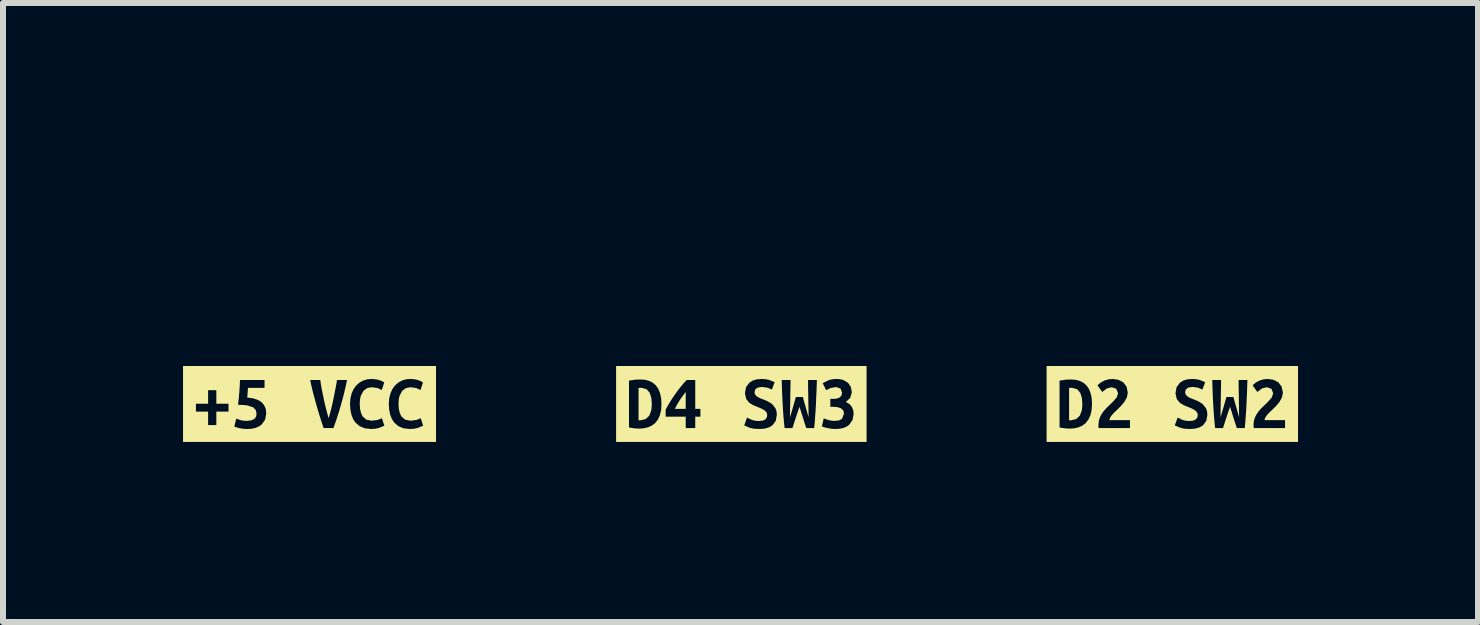
<source format=kicad_pcb>
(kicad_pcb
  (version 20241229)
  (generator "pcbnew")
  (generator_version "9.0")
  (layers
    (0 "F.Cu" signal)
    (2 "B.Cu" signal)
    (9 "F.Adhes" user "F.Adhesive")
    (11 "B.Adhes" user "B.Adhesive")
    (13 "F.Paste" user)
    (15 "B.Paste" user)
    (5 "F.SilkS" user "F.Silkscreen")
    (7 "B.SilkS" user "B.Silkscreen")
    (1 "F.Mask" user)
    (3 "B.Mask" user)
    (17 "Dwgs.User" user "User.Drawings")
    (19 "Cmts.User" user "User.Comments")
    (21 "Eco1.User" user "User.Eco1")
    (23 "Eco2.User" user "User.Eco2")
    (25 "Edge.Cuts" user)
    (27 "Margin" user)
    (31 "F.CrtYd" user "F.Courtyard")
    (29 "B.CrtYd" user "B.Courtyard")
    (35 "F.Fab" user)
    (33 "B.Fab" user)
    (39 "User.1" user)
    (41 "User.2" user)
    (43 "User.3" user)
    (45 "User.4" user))
  (footprint "kibuzzard-681CE6E0"
    (layer "F.Cu")
    (at 2.108 3.682)
    (property "Reference" "kibuzzard-681CE6E0" (at 0 -3.681 0) (layer "F.SilkS") (effects (font (size 0.001 0.001) (thickness 0.15))))
    (attr board_only exclude_from_pos_files exclude_from_bom)
    (fp_poly (pts (xy -1.893 -0.633) (xy -2.108 -0.633) (xy -2.108 0.633) (xy -1.893 0.633) (xy -1.553 0.633) (xy -1.553 0.352) (xy -1.69 0.352) (xy -1.69 0.127) (xy -1.893 0.127) (xy -1.893 -0.004) (xy -1.69 -0.004) (xy -1.69 -0.229) (xy -1.553 -0.229) (xy -1.553 -0.004) (xy -1.35 -0.004) (xy -1.35 0.127) (xy -1.553 0.127) (xy -1.553 0.352) (xy -1.553 0.633) (xy -1.037 0.633) (xy -1.037 0.417) (xy -1.1 0.414) (xy -1.163 0.404) (xy -1.216 0.39) (xy -1.253 0.376) (xy -1.221 0.244) (xy -1.148 0.27) (xy -1.099 0.279) (xy -1.038 0.282) (xy -0.962 0.271) (xy -0.914 0.245) (xy -0.89 0.208) (xy -0.883 0.165) (xy -0.894 0.104) (xy -0.938 0.056) (xy -1.032 0.025) (xy -1.102 0.017) (xy -1.191 0.014) (xy -1.179 -0.093) (xy -1.17 -0.198) (xy -1.163 -0.301) (xy -1.159 -0.399) (xy -0.75 -0.399) (xy -0.75 -0.268) (xy -1.026 -0.268) (xy -1.032 -0.181) (xy -1.038 -0.107) (xy -0.941 -0.094) (xy -0.861 -0.068) (xy -0.799 -0.03) (xy -0.756 0.021) (xy -0.729 0.084) (xy -0.721 0.159) (xy -0.74 0.262) (xy -0.799 0.344) (xy -0.844 0.375) (xy -0.899 0.398) (xy -0.963 0.413) (xy -1.037 0.417) (xy -1.037 0.633) (xy 0.235 0.633) (xy 0.235 0.401) (xy 0.203 0.306) (xy 0.169 0.199) (xy 0.146 0.124) (xy 0.124 0.049) (xy 0.103 -0.025) (xy 0.083 -0.098) (xy 0.064 -0.169) (xy 0.047 -0.237) (xy 0.026 -0.327) (xy 0.011 -0.399) (xy 0.179 -0.399) (xy 0.189 -0.332) (xy 0.202 -0.255) (xy 0.219 -0.172) (xy 0.237 -0.086) (xy 0.256 0.001) (xy 0.277 0.086) (xy 0.298 0.166) (xy 0.319 0.238) (xy 0.339 0.167) (xy 0.36 0.087) (xy 0.38 0.002) (xy 0.399 -0.085) (xy 0.416 -0.171) (xy 0.432 -0.255) (xy 0.447 -0.332) (xy 0.458 -0.399) (xy 0.625 -0.399) (xy 0.608 -0.317) (xy 0.587 -0.226) (xy 0.563 -0.128) (xy 0.535 -0.025) (xy 0.515 0.045) (xy 0.494 0.117) (xy 0.471 0.189) (xy 0.448 0.261) (xy 0.423 0.332) (xy 0.399 0.401) (xy 0.235 0.401) (xy 0.235 0.633) (xy 1.023 0.633) (xy 1.023 0.417) (xy 0.919 0.405) (xy 0.833 0.369) (xy 0.764 0.309) (xy 0.725 0.249) (xy 0.698 0.177) (xy 0.681 0.094) (xy 0.675 0) (xy 0.682 -0.094) (xy 0.702 -0.177) (xy 0.735 -0.249) (xy 0.778 -0.308) (xy 0.831 -0.355) (xy 0.893 -0.39) (xy 0.963 -0.411) (xy 1.038 -0.417) (xy 1.115 -0.41) (xy 1.175 -0.394) (xy 1.219 -0.375) (xy 1.245 -0.359) (xy 1.204 -0.233) (xy 1.132 -0.266) (xy 1.036 -0.279) (xy 0.963 -0.266) (xy 0.9 -0.22) (xy 0.854 -0.136) (xy 0.841 -0.076) (xy 0.837 -0.004) (xy 0.842 0.08) (xy 0.858 0.15) (xy 0.884 0.206) (xy 0.946 0.261) (xy 1.038 0.279) (xy 1.141 0.265) (xy 1.206 0.237) (xy 1.247 0.362) (xy 1.155 0.4) (xy 1.094 0.413) (xy 1.023 0.417) (xy 1.023 0.633) (xy 1.669 0.633) (xy 1.669 0.417) (xy 1.565 0.405) (xy 1.479 0.369) (xy 1.411 0.309) (xy 1.372 0.249) (xy 1.344 0.177) (xy 1.327 0.094) (xy 1.321 0) (xy 1.328 -0.094) (xy 1.349 -0.177) (xy 1.381 -0.249) (xy 1.424 -0.308) (xy 1.477 -0.355) (xy 1.539 -0.39) (xy 1.609 -0.411) (xy 1.685 -0.417) (xy 1.762 -0.41) (xy 1.822 -0.394) (xy 1.865 -0.375) (xy 1.891 -0.359) (xy 1.85 -0.233) (xy 1.778 -0.266) (xy 1.682 -0.279) (xy 1.609 -0.266) (xy 1.546 -0.22) (xy 1.5 -0.136) (xy 1.487 -0.076) (xy 1.483 -0.004) (xy 1.488 0.08) (xy 1.504 0.15) (xy 1.53 0.206) (xy 1.592 0.261) (xy 1.685 0.279) (xy 1.787 0.265) (xy 1.853 0.237) (xy 1.893 0.362) (xy 1.802 0.4) (xy 1.74 0.413) (xy 1.669 0.417) (xy 1.669 0.633) (xy 1.893 0.633) (xy 2.108 0.633) (xy 2.108 -0.633) (xy 1.893 -0.633) (xy -1.893 -0.633)) (stroke (width 0) (type solid)) (fill yes) (layer "F.SilkS")))
  (footprint "kibuzzard-681CE6FF"
    (layer "F.Cu")
    (at 9.304 3.682)
    (property "Reference" "kibuzzard-681CE6FF" (at 0 -3.681 0) (layer "F.SilkS") (effects (font (size 0.001 0.001) (thickness 0.15))))
    (attr board_only exclude_from_pos_files exclude_from_bom)
    (fp_poly (pts (xy -0.927 -0.2) (xy -0.975 -0.137) (xy -1.024 -0.067) (xy -1.069 0.008) (xy -1.108 0.081) (xy -0.927 0.081) (xy -0.927 -0.2)) (stroke (width 0) (type solid)) (fill yes) (layer "F.SilkS"))
    (fp_poly (pts (xy -1.713 0.271) (xy -1.699 0.273) (xy -1.685 0.273) (xy -1.594 0.252) (xy -1.534 0.195) (xy -1.502 0.109) (xy -1.495 0.057) (xy -1.492 0) (xy -1.5 -0.101) (xy -1.527 -0.187) (xy -1.58 -0.247) (xy -1.667 -0.27) (xy -1.69 -0.269) (xy -1.713 -0.266) (xy -1.713 0.271)) (stroke (width 0) (type solid)) (fill yes) (layer "F.SilkS"))
    (fp_poly (pts (xy -1.872 -0.633) (xy -2.087 -0.633) (xy -2.087 0.633) (xy -1.872 0.633) (xy -1.701 0.633) (xy -1.701 0.411) (xy -1.785 0.406) (xy -1.872 0.392) (xy -1.872 -0.389) (xy -1.77 -0.405) (xy -1.681 -0.408) (xy -1.605 -0.403) (xy -1.537 -0.385) (xy -1.476 -0.355) (xy -1.426 -0.312) (xy -1.386 -0.256) (xy -1.356 -0.185) (xy -1.337 -0.101) (xy -1.331 0) (xy -1.337 0.103) (xy -1.358 0.189) (xy -1.391 0.26) (xy -1.435 0.317) (xy -1.489 0.359) (xy -1.552 0.388) (xy -1.623 0.405) (xy -1.701 0.411) (xy -1.701 0.633) (xy -0.768 0.633) (xy -0.768 0.401) (xy -0.927 0.401) (xy -0.927 0.212) (xy -1.261 0.212) (xy -1.261 0.096) (xy -1.233 0.042) (xy -1.197 -0.019) (xy -1.157 -0.084) (xy -1.112 -0.15) (xy -1.064 -0.217) (xy -1.014 -0.282) (xy -0.962 -0.344) (xy -0.911 -0.399) (xy -0.768 -0.399) (xy -0.768 0.081) (xy -0.682 0.081) (xy -0.682 0.212) (xy -0.768 0.212) (xy -0.768 0.401) (xy -0.768 0.633) (xy 0.297 0.633) (xy 0.297 0.417) (xy 0.207 0.412) (xy 0.138 0.396) (xy 0.048 0.357) (xy 0.095 0.227) (xy 0.178 0.266) (xy 0.232 0.28) (xy 0.297 0.284) (xy 0.363 0.276) (xy 0.405 0.253) (xy 0.426 0.219) (xy 0.432 0.181) (xy 0.418 0.137) (xy 0.382 0.103) (xy 0.333 0.076) (xy 0.279 0.053) (xy 0.204 0.023) (xy 0.133 -0.019) (xy 0.081 -0.083) (xy 0.06 -0.178) (xy 0.078 -0.279) (xy 0.133 -0.354) (xy 0.188 -0.389) (xy 0.255 -0.41) (xy 0.334 -0.417) (xy 0.403 -0.413) (xy 0.463 -0.401) (xy 0.555 -0.363) (xy 0.509 -0.24) (xy 0.437 -0.271) (xy 0.346 -0.284) (xy 0.275 -0.274) (xy 0.233 -0.244) (xy 0.219 -0.193) (xy 0.232 -0.152) (xy 0.265 -0.121) (xy 0.31 -0.097) (xy 0.36 -0.078) (xy 0.438 -0.046) (xy 0.513 0.001) (xy 0.569 0.073) (xy 0.586 0.122) (xy 0.591 0.182) (xy 0.573 0.282) (xy 0.518 0.356) (xy 0.461 0.39) (xy 0.387 0.411) (xy 0.297 0.417) (xy 0.297 0.633) (xy 1.214 0.633) (xy 1.214 0.401) (xy 1.082 0.401) (xy 1.054 0.316) (xy 1.026 0.226) (xy 0.997 0.134) (xy 0.969 0.047) (xy 0.94 0.132) (xy 0.909 0.224) (xy 0.879 0.316) (xy 0.852 0.401) (xy 0.721 0.401) (xy 0.711 0.309) (xy 0.702 0.211) (xy 0.695 0.111) (xy 0.689 0.008) (xy 0.684 -0.095) (xy 0.679 -0.198) (xy 0.676 -0.301) (xy 0.673 -0.399) (xy 0.82 -0.399) (xy 0.819 -0.322) (xy 0.817 -0.242) (xy 0.816 -0.16) (xy 0.815 -0.079) (xy 0.814 0.000323) (xy 0.812 0.078) (xy 0.811 0.153) (xy 0.811 0.222) (xy 0.837 0.132) (xy 0.866 0.035) (xy 0.891 -0.053) (xy 0.909 -0.116) (xy 1.026 -0.116) (xy 1.041 -0.056) (xy 1.064 0.025) (xy 1.091 0.119) (xy 1.12 0.222) (xy 1.12 0.153) (xy 1.119 0.078) (xy 1.117 0.000485) (xy 1.116 -0.079) (xy 1.115 -0.159) (xy 1.113 -0.241) (xy 1.112 -0.322) (xy 1.112 -0.399) (xy 1.259 -0.399) (xy 1.256 -0.3) (xy 1.252 -0.197) (xy 1.247 -0.093) (xy 1.243 0.01) (xy 1.237 0.112) (xy 1.23 0.212) (xy 1.223 0.309) (xy 1.214 0.401) (xy 1.214 0.633) (xy 1.564 0.633) (xy 1.564 0.417) (xy 1.502 0.413) (xy 1.438 0.402) (xy 1.382 0.388) (xy 1.342 0.374) (xy 1.373 0.24) (xy 1.45 0.268) (xy 1.502 0.278) (xy 1.563 0.282) (xy 1.632 0.273) (xy 1.678 0.247) (xy 1.711 0.16) (xy 1.698 0.106) (xy 1.66 0.072) (xy 1.603 0.053) (xy 1.532 0.047) (xy 1.483 0.047) (xy 1.483 -0.085) (xy 1.542 -0.085) (xy 1.592 -0.09) (xy 1.636 -0.107) (xy 1.667 -0.138) (xy 1.679 -0.187) (xy 1.653 -0.257) (xy 1.58 -0.282) (xy 1.49 -0.267) (xy 1.413 -0.23) (xy 1.356 -0.346) (xy 1.449 -0.394) (xy 1.51 -0.411) (xy 1.579 -0.417) (xy 1.642 -0.413) (xy 1.696 -0.401) (xy 1.778 -0.353) (xy 1.826 -0.282) (xy 1.841 -0.193) (xy 1.814 -0.101) (xy 1.742 -0.034) (xy 1.797 -0.002) (xy 1.838 0.043) (xy 1.863 0.098) (xy 1.872 0.163) (xy 1.854 0.265) (xy 1.798 0.346) (xy 1.756 0.376) (xy 1.703 0.399) (xy 1.639 0.413) (xy 1.564 0.417) (xy 1.564 0.633) (xy 1.872 0.633) (xy 2.087 0.633) (xy 2.087 -0.633) (xy 1.872 -0.633) (xy -1.872 -0.633)) (stroke (width 0) (type solid)) (fill yes) (layer "F.SilkS")))
  (footprint "kibuzzard-681CE70B"
    (layer "F.Cu")
    (at 16.486 3.682)
    (property "Reference" "kibuzzard-681CE70B" (at 0 -3.681 0) (layer "F.SilkS") (effects (font (size 0.001 0.001) (thickness 0.15))))
    (attr board_only exclude_from_pos_files exclude_from_bom)
    (fp_poly (pts (xy -1.72 0.271) (xy -1.706 0.273) (xy -1.692 0.273) (xy -1.601 0.252) (xy -1.541 0.195) (xy -1.509 0.109) (xy -1.502 0.057) (xy -1.499 0) (xy -1.507 -0.101) (xy -1.534 -0.187) (xy -1.587 -0.247) (xy -1.674 -0.27) (xy -1.697 -0.269) (xy -1.72 -0.266) (xy -1.72 0.271)) (stroke (width 0) (type solid)) (fill yes) (layer "F.SilkS"))
    (fp_poly (pts (xy -1.879 -0.633) (xy -2.095 -0.633) (xy -2.095 0.633) (xy -1.879 0.633) (xy -1.709 0.633) (xy -1.709 0.411) (xy -1.792 0.406) (xy -1.879 0.392) (xy -1.879 -0.389) (xy -1.777 -0.405) (xy -1.688 -0.408) (xy -1.612 -0.403) (xy -1.544 -0.385) (xy -1.484 -0.355) (xy -1.433 -0.312) (xy -1.393 -0.256) (xy -1.363 -0.185) (xy -1.344 -0.101) (xy -1.338 0) (xy -1.345 0.103) (xy -1.365 0.189) (xy -1.399 0.26) (xy -1.442 0.317) (xy -1.496 0.359) (xy -1.559 0.388) (xy -1.631 0.405) (xy -1.709 0.411) (xy -1.709 0.633) (xy -0.706 0.633) (xy -0.706 0.401) (xy -1.228 0.401) (xy -1.231 0.368) (xy -1.23 0.341) (xy -1.224 0.279) (xy -1.206 0.222) (xy -1.179 0.17) (xy -1.146 0.122) (xy -1.108 0.078) (xy -1.067 0.037) (xy -1.026 -0.002) (xy -0.988 -0.039) (xy -0.927 -0.109) (xy -0.903 -0.177) (xy -0.933 -0.253) (xy -1.008 -0.279) (xy -1.087 -0.261) (xy -1.168 -0.2) (xy -1.247 -0.311) (xy -1.191 -0.359) (xy -1.128 -0.392) (xy -1.06 -0.411) (xy -0.993 -0.417) (xy -0.898 -0.403) (xy -0.818 -0.361) (xy -0.763 -0.289) (xy -0.742 -0.189) (xy -0.757 -0.109) (xy -0.799 -0.035) (xy -0.857 0.035) (xy -0.923 0.1) (xy -0.962 0.136) (xy -1.003 0.18) (xy -1.036 0.226) (xy -1.049 0.269) (xy -0.706 0.269) (xy -0.706 0.401) (xy -0.706 0.633) (xy 0.289 0.633) (xy 0.289 0.417) (xy 0.2 0.412) (xy 0.131 0.396) (xy 0.041 0.357) (xy 0.088 0.227) (xy 0.171 0.266) (xy 0.225 0.28) (xy 0.289 0.284) (xy 0.356 0.276) (xy 0.398 0.253) (xy 0.419 0.219) (xy 0.425 0.181) (xy 0.411 0.137) (xy 0.375 0.103) (xy 0.326 0.076) (xy 0.271 0.053) (xy 0.196 0.023) (xy 0.126 -0.019) (xy 0.074 -0.083) (xy 0.053 -0.178) (xy 0.071 -0.279) (xy 0.126 -0.354) (xy 0.181 -0.389) (xy 0.248 -0.41) (xy 0.327 -0.417) (xy 0.396 -0.413) (xy 0.456 -0.401) (xy 0.548 -0.363) (xy 0.501 -0.24) (xy 0.43 -0.271) (xy 0.339 -0.284) (xy 0.268 -0.274) (xy 0.226 -0.244) (xy 0.212 -0.193) (xy 0.225 -0.152) (xy 0.258 -0.121) (xy 0.303 -0.097) (xy 0.353 -0.078) (xy 0.431 -0.046) (xy 0.506 0.001) (xy 0.562 0.073) (xy 0.579 0.122) (xy 0.584 0.182) (xy 0.566 0.282) (xy 0.511 0.356) (xy 0.454 0.39) (xy 0.38 0.411) (xy 0.289 0.417) (xy 0.289 0.633) (xy 1.207 0.633) (xy 1.207 0.401) (xy 1.075 0.401) (xy 1.047 0.316) (xy 1.018 0.226) (xy 0.99 0.134) (xy 0.962 0.047) (xy 0.932 0.132) (xy 0.902 0.224) (xy 0.872 0.316) (xy 0.845 0.401) (xy 0.713 0.401) (xy 0.704 0.309) (xy 0.695 0.211) (xy 0.688 0.111) (xy 0.682 0.008) (xy 0.676 -0.095) (xy 0.672 -0.198) (xy 0.668 -0.301) (xy 0.666 -0.399) (xy 0.813 -0.399) (xy 0.812 -0.322) (xy 0.81 -0.242) (xy 0.809 -0.16) (xy 0.808 -0.079) (xy 0.806 0.000323) (xy 0.805 0.078) (xy 0.804 0.153) (xy 0.804 0.222) (xy 0.83 0.132) (xy 0.859 0.035) (xy 0.884 -0.053) (xy 0.902 -0.116) (xy 1.018 -0.116) (xy 1.034 -0.056) (xy 1.057 0.025) (xy 1.084 0.119) (xy 1.113 0.222) (xy 1.112 0.153) (xy 1.111 0.078) (xy 1.11 0.000485) (xy 1.109 -0.079) (xy 1.108 -0.159) (xy 1.106 -0.241) (xy 1.105 -0.322) (xy 1.105 -0.399) (xy 1.252 -0.399) (xy 1.248 -0.3) (xy 1.245 -0.197) (xy 1.24 -0.093) (xy 1.236 0.01) (xy 1.23 0.112) (xy 1.223 0.212) (xy 1.216 0.309) (xy 1.207 0.401) (xy 1.207 0.633) (xy 1.879 0.633) (xy 1.879 0.401) (xy 1.357 0.401) (xy 1.354 0.368) (xy 1.354 0.341) (xy 1.36 0.279) (xy 1.378 0.222) (xy 1.405 0.17) (xy 1.439 0.122) (xy 1.477 0.078) (xy 1.518 0.037) (xy 1.559 -0.002) (xy 1.597 -0.039) (xy 1.658 -0.109) (xy 1.681 -0.177) (xy 1.652 -0.253) (xy 1.577 -0.279) (xy 1.498 -0.261) (xy 1.416 -0.2) (xy 1.338 -0.311) (xy 1.393 -0.359) (xy 1.457 -0.392) (xy 1.525 -0.411) (xy 1.592 -0.417) (xy 1.687 -0.403) (xy 1.767 -0.361) (xy 1.822 -0.289) (xy 1.843 -0.189) (xy 1.827 -0.109) (xy 1.786 -0.035) (xy 1.728 0.035) (xy 1.662 0.1) (xy 1.623 0.136) (xy 1.582 0.18) (xy 1.549 0.226) (xy 1.535 0.269) (xy 1.879 0.269) (xy 1.879 0.401) (xy 1.879 0.633) (xy 2.095 0.633) (xy 2.095 -0.633) (xy 1.879 -0.633) (xy -1.879 -0.633)) (stroke (width 0) (type solid)) (fill yes) (layer "F.SilkS")))
  (gr_rect
    (start -3 -3)
    (end 21.58 7.315)
    (stroke (width 0.1) (type default))
    (fill no)
    (layer "Edge.Cuts")))
</source>
